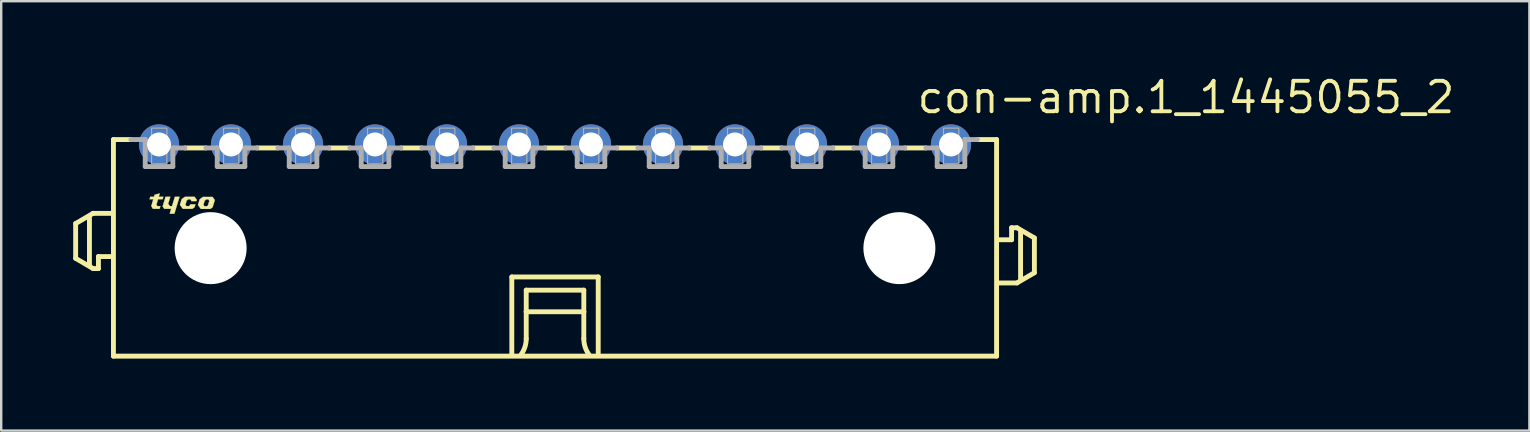
<source format=kicad_pcb>
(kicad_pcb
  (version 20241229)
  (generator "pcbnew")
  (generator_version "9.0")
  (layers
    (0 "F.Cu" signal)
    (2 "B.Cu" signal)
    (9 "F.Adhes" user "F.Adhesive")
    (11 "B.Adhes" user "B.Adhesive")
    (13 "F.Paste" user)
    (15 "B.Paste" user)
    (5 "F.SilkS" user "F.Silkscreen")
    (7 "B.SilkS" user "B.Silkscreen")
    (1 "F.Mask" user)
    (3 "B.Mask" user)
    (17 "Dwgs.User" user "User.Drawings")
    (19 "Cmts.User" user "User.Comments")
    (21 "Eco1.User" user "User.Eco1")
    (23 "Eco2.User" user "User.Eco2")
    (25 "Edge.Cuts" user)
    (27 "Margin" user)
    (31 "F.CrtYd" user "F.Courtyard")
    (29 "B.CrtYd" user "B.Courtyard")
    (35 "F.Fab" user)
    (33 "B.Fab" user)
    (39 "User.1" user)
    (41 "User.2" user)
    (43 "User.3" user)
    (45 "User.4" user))
  (footprint "con-amp.1_1445055_2"
    (layer "F.Cu")
    (at 20.077 7.29)
    (property "Reference" "con-amp.1_1445055_2" (at 15 -5.54 0) (layer "F.SilkS") (effects (font (size 1.27 1.27) (thickness 0.16)) (justify left bottom)))
    (attr through_hole)
    (fp_line (start -19.975 -1.025) (end -19.975 0.425) (stroke (width 0.203) (type default)) (layer "F.SilkS"))
    (fp_line (start -19.975 0.425) (end -19.25 0.85) (stroke (width 0.203) (type default)) (layer "F.SilkS"))
    (fp_line (start -19.4 0.7) (end -19.4 -1.3) (stroke (width 0.203) (type default)) (layer "F.SilkS"))
    (fp_line (start -19.25 -1.45) (end -19.975 -1.025) (stroke (width 0.203) (type default)) (layer "F.SilkS"))
    (fp_line (start -19.25 0.85) (end -19.025 0.85) (stroke (width 0.203) (type default)) (layer "F.SilkS"))
    (fp_line (start -19.025 0.35) (end -18.5 0.35) (stroke (width 0.203) (type default)) (layer "F.SilkS"))
    (fp_line (start -19.025 0.85) (end -19.025 0.35) (stroke (width 0.203) (type default)) (layer "F.SilkS"))
    (fp_line (start -18.5 -1.45) (end -19.25 -1.45) (stroke (width 0.203) (type default)) (layer "F.SilkS"))
    (fp_line (start -18.4 -4.525) (end -18.4 4.5) (stroke (width 0.203) (type default)) (layer "F.SilkS"))
    (fp_line (start -18.4 -4.525) (end -17.675 -4.525) (stroke (width 0.203) (type default)) (layer "F.SilkS"))
    (fp_line (start -18.4 4.5) (end 18.4 4.5) (stroke (width 0.203) (type default)) (layer "F.SilkS"))
    (fp_line (start -14.55 -4.175) (end -15.425 -4.175) (stroke (width 0.203) (type default)) (layer "F.SilkS"))
    (fp_line (start -11.55 -4.175) (end -12.425 -4.175) (stroke (width 0.203) (type default)) (layer "F.SilkS"))
    (fp_line (start -8.55 -4.175) (end -9.425 -4.175) (stroke (width 0.203) (type default)) (layer "F.SilkS"))
    (fp_line (start -5.55 -4.175) (end -6.425 -4.175) (stroke (width 0.203) (type default)) (layer "F.SilkS"))
    (fp_line (start -2.55 -4.175) (end -3.425 -4.175) (stroke (width 0.203) (type default)) (layer "F.SilkS"))
    (fp_line (start -1.8 1.2) (end 1.8 1.2) (stroke (width 0.203) (type default)) (layer "F.SilkS"))
    (fp_line (start -1.8 4.4) (end -1.8 1.2) (stroke (width 0.203) (type default)) (layer "F.SilkS"))
    (fp_line (start -1.2 1.75) (end -1.2 2.65) (stroke (width 0.203) (type default)) (layer "F.SilkS"))
    (fp_line (start -1.2 2.65) (end -1.2 3.775) (stroke (width 0.203) (type default)) (layer "F.SilkS"))
    (fp_line (start -1.2 2.65) (end 1.2 2.65) (stroke (width 0.203) (type default)) (layer "F.SilkS"))
    (fp_line (start 0.45 -4.175) (end -0.425 -4.175) (stroke (width 0.203) (type default)) (layer "F.SilkS"))
    (fp_line (start 1.2 1.75) (end -1.2 1.75) (stroke (width 0.203) (type default)) (layer "F.SilkS"))
    (fp_line (start 1.2 2.65) (end 1.2 1.75) (stroke (width 0.203) (type default)) (layer "F.SilkS"))
    (fp_line (start 1.2 2.65) (end 1.2 3.775) (stroke (width 0.203) (type default)) (layer "F.SilkS"))
    (fp_line (start 1.8 1.2) (end 1.8 4.4) (stroke (width 0.203) (type default)) (layer "F.SilkS"))
    (fp_line (start 3.45 -4.175) (end 2.575 -4.175) (stroke (width 0.203) (type default)) (layer "F.SilkS"))
    (fp_line (start 6.45 -4.175) (end 5.575 -4.175) (stroke (width 0.203) (type default)) (layer "F.SilkS"))
    (fp_line (start 9.45 -4.175) (end 8.575 -4.175) (stroke (width 0.203) (type default)) (layer "F.SilkS"))
    (fp_line (start 12.45 -4.175) (end 11.575 -4.175) (stroke (width 0.203) (type default)) (layer "F.SilkS"))
    (fp_line (start 15.45 -4.175) (end 14.575 -4.175) (stroke (width 0.203) (type default)) (layer "F.SilkS"))
    (fp_line (start 18.4 -4.525) (end 17.6 -4.525) (stroke (width 0.203) (type default)) (layer "F.SilkS"))
    (fp_line (start 18.4 4.5) (end 18.4 -4.525) (stroke (width 0.203) (type default)) (layer "F.SilkS"))
    (fp_line (start 18.5 1.45) (end 19.25 1.45) (stroke (width 0.203) (type default)) (layer "F.SilkS"))
    (fp_line (start 19.025 -0.85) (end 19.025 -0.35) (stroke (width 0.203) (type default)) (layer "F.SilkS"))
    (fp_line (start 19.025 -0.35) (end 18.5 -0.35) (stroke (width 0.203) (type default)) (layer "F.SilkS"))
    (fp_line (start 19.25 -0.85) (end 19.025 -0.85) (stroke (width 0.203) (type default)) (layer "F.SilkS"))
    (fp_line (start 19.25 1.45) (end 19.975 1.025) (stroke (width 0.203) (type default)) (layer "F.SilkS"))
    (fp_line (start 19.4 1.3) (end 19.4 -0.7) (stroke (width 0.203) (type default)) (layer "F.SilkS"))
    (fp_line (start 19.975 -0.425) (end 19.25 -0.85) (stroke (width 0.203) (type default)) (layer "F.SilkS"))
    (fp_line (start 19.975 1.025) (end 19.975 -0.425) (stroke (width 0.203) (type default)) (layer "F.SilkS"))
    (fp_arc (start -1.2 3.775) (mid -1.257731 4.130756) (end -1.425 4.45) (stroke (width 0.2032) (type default)) (layer "F.SilkS"))
    (fp_arc (start 1.425 4.45) (mid 1.257731 4.130756) (end 1.2 3.775) (stroke (width 0.2032) (type default)) (layer "F.SilkS"))
    (fp_poly (pts (xy -16.23 -2.14) (xy -16.03 -2.14) (xy -16.12 -1.845) (xy -16.04 -1.75) (xy -15.96 -1.75) (xy -15.84 -2.14) (xy -15.645 -2.14) (xy -15.86 -1.435) (xy -16.055 -1.435) (xy -15.995 -1.64) (xy -16.285 -1.64) (xy -16.35 -1.74)) (stroke (width 0.01) (type default)) (fill yes) (layer "F.SilkS"))
    (fp_poly (pts (xy -16.865 -2.14) (xy -16.71 -2.14) (xy -16.688 -2.225) (xy -16.47 -2.28) (xy -16.51 -2.14) (xy -16.32 -2.14) (xy -16.35 -2.04) (xy -16.54 -2.04) (xy -16.61 -1.81) (xy -16.565 -1.75) (xy -16.445 -1.75) (xy -16.475 -1.64) (xy -16.755 -1.64) (xy -16.825 -1.75) (xy -16.74 -2.04) (xy -16.895 -2.04)) (stroke (width 0.01) (type default)) (fill yes) (layer "F.SilkS"))
    (fp_poly (pts (xy -15.16 -1.96) (xy -14.94 -1.96) (xy -14.925 -2.01) (xy -15.02 -2.14) (xy -15.42 -2.14) (xy -15.555 -2.045) (xy -15.63 -1.805) (xy -15.51 -1.64) (xy -15.11 -1.64) (xy -15.02 -1.705) (xy -14.985 -1.825) (xy -15.2 -1.825) (xy -15.215 -1.78) (xy -15.26 -1.75) (xy -15.355 -1.75) (xy -15.4 -1.81) (xy -15.35 -1.98) (xy -15.28 -2.035) (xy -15.195 -2.035) (xy -15.155 -1.975)) (stroke (width 0.01) (type default)) (fill yes) (layer "F.SilkS"))
    (fp_poly (pts (xy -14.45 -1.825) (xy -14.23 -1.825) (xy -14.175 -2.005) (xy -14.27 -2.135) (xy -14.67 -2.135) (xy -14.805 -2.04) (xy -14.88 -1.8) (xy -14.76 -1.635) (xy -14.36 -1.635) (xy -14.27 -1.7) (xy -14.23 -1.825) (xy -14.45 -1.82) (xy -14.465 -1.775) (xy -14.51 -1.745) (xy -14.605 -1.745) (xy -14.65 -1.805) (xy -14.6 -1.975) (xy -14.53 -2.03) (xy -14.445 -2.03) (xy -14.405 -1.97)) (stroke (width 0.01) (type default)) (fill yes) (layer "F.SilkS"))
    (fp_line (start -17.075 -4.525) (end -17.675 -4.525) (stroke (width 0.203) (type default)) (layer "F.Fab"))
    (fp_line (start -17.075 -3.4) (end -17.075 -4.525) (stroke (width 0.203) (type default)) (layer "F.Fab"))
    (fp_line (start -15.925 -4.175) (end -15.925 -3.4) (stroke (width 0.203) (type default)) (layer "F.Fab"))
    (fp_line (start -15.925 -3.4) (end -17.075 -3.4) (stroke (width 0.203) (type default)) (layer "F.Fab"))
    (fp_line (start -15.425 -4.175) (end -15.925 -4.175) (stroke (width 0.203) (type default)) (layer "F.Fab"))
    (fp_line (start -14.075 -4.175) (end -14.55 -4.175) (stroke (width 0.203) (type default)) (layer "F.Fab"))
    (fp_line (start -14.075 -3.4) (end -14.075 -4.175) (stroke (width 0.203) (type default)) (layer "F.Fab"))
    (fp_line (start -12.925 -4.175) (end -12.925 -3.4) (stroke (width 0.203) (type default)) (layer "F.Fab"))
    (fp_line (start -12.925 -3.4) (end -14.075 -3.4) (stroke (width 0.203) (type default)) (layer "F.Fab"))
    (fp_line (start -12.425 -4.175) (end -12.925 -4.175) (stroke (width 0.203) (type default)) (layer "F.Fab"))
    (fp_line (start -11.075 -4.175) (end -11.55 -4.175) (stroke (width 0.203) (type default)) (layer "F.Fab"))
    (fp_line (start -11.075 -3.4) (end -11.075 -4.175) (stroke (width 0.203) (type default)) (layer "F.Fab"))
    (fp_line (start -9.925 -4.175) (end -9.925 -3.4) (stroke (width 0.203) (type default)) (layer "F.Fab"))
    (fp_line (start -9.925 -3.4) (end -11.075 -3.4) (stroke (width 0.203) (type default)) (layer "F.Fab"))
    (fp_line (start -9.425 -4.175) (end -9.925 -4.175) (stroke (width 0.203) (type default)) (layer "F.Fab"))
    (fp_line (start -8.075 -4.175) (end -8.55 -4.175) (stroke (width 0.203) (type default)) (layer "F.Fab"))
    (fp_line (start -8.075 -3.4) (end -8.075 -4.175) (stroke (width 0.203) (type default)) (layer "F.Fab"))
    (fp_line (start -6.925 -4.175) (end -6.925 -3.4) (stroke (width 0.203) (type default)) (layer "F.Fab"))
    (fp_line (start -6.925 -3.4) (end -8.075 -3.4) (stroke (width 0.203) (type default)) (layer "F.Fab"))
    (fp_line (start -6.425 -4.175) (end -6.925 -4.175) (stroke (width 0.203) (type default)) (layer "F.Fab"))
    (fp_line (start -5.075 -4.175) (end -5.55 -4.175) (stroke (width 0.203) (type default)) (layer "F.Fab"))
    (fp_line (start -5.075 -3.4) (end -5.075 -4.175) (stroke (width 0.203) (type default)) (layer "F.Fab"))
    (fp_line (start -3.925 -4.175) (end -3.925 -3.4) (stroke (width 0.203) (type default)) (layer "F.Fab"))
    (fp_line (start -3.925 -3.4) (end -5.075 -3.4) (stroke (width 0.203) (type default)) (layer "F.Fab"))
    (fp_line (start -3.425 -4.175) (end -3.925 -4.175) (stroke (width 0.203) (type default)) (layer "F.Fab"))
    (fp_line (start -2.075 -4.175) (end -2.55 -4.175) (stroke (width 0.203) (type default)) (layer "F.Fab"))
    (fp_line (start -2.075 -3.4) (end -2.075 -4.175) (stroke (width 0.203) (type default)) (layer "F.Fab"))
    (fp_line (start -0.925 -4.175) (end -0.925 -3.4) (stroke (width 0.203) (type default)) (layer "F.Fab"))
    (fp_line (start -0.925 -3.4) (end -2.075 -3.4) (stroke (width 0.203) (type default)) (layer "F.Fab"))
    (fp_line (start -0.425 -4.175) (end -0.925 -4.175) (stroke (width 0.203) (type default)) (layer "F.Fab"))
    (fp_line (start 0.925 -4.175) (end 0.45 -4.175) (stroke (width 0.203) (type default)) (layer "F.Fab"))
    (fp_line (start 0.925 -3.4) (end 0.925 -4.175) (stroke (width 0.203) (type default)) (layer "F.Fab"))
    (fp_line (start 2.075 -4.175) (end 2.075 -3.4) (stroke (width 0.203) (type default)) (layer "F.Fab"))
    (fp_line (start 2.075 -3.4) (end 0.925 -3.4) (stroke (width 0.203) (type default)) (layer "F.Fab"))
    (fp_line (start 2.575 -4.175) (end 2.075 -4.175) (stroke (width 0.203) (type default)) (layer "F.Fab"))
    (fp_line (start 3.925 -4.175) (end 3.45 -4.175) (stroke (width 0.203) (type default)) (layer "F.Fab"))
    (fp_line (start 3.925 -3.4) (end 3.925 -4.175) (stroke (width 0.203) (type default)) (layer "F.Fab"))
    (fp_line (start 5.075 -4.175) (end 5.075 -3.4) (stroke (width 0.203) (type default)) (layer "F.Fab"))
    (fp_line (start 5.075 -3.4) (end 3.925 -3.4) (stroke (width 0.203) (type default)) (layer "F.Fab"))
    (fp_line (start 5.575 -4.175) (end 5.075 -4.175) (stroke (width 0.203) (type default)) (layer "F.Fab"))
    (fp_line (start 6.925 -4.175) (end 6.45 -4.175) (stroke (width 0.203) (type default)) (layer "F.Fab"))
    (fp_line (start 6.925 -3.4) (end 6.925 -4.175) (stroke (width 0.203) (type default)) (layer "F.Fab"))
    (fp_line (start 8.075 -4.175) (end 8.075 -3.4) (stroke (width 0.203) (type default)) (layer "F.Fab"))
    (fp_line (start 8.075 -3.4) (end 6.925 -3.4) (stroke (width 0.203) (type default)) (layer "F.Fab"))
    (fp_line (start 8.575 -4.175) (end 8.075 -4.175) (stroke (width 0.203) (type default)) (layer "F.Fab"))
    (fp_line (start 9.925 -4.175) (end 9.45 -4.175) (stroke (width 0.203) (type default)) (layer "F.Fab"))
    (fp_line (start 9.925 -3.4) (end 9.925 -4.175) (stroke (width 0.203) (type default)) (layer "F.Fab"))
    (fp_line (start 11.075 -4.175) (end 11.075 -3.4) (stroke (width 0.203) (type default)) (layer "F.Fab"))
    (fp_line (start 11.075 -3.4) (end 9.925 -3.4) (stroke (width 0.203) (type default)) (layer "F.Fab"))
    (fp_line (start 11.575 -4.175) (end 11.075 -4.175) (stroke (width 0.203) (type default)) (layer "F.Fab"))
    (fp_line (start 12.925 -4.175) (end 12.45 -4.175) (stroke (width 0.203) (type default)) (layer "F.Fab"))
    (fp_line (start 12.925 -3.4) (end 12.925 -4.175) (stroke (width 0.203) (type default)) (layer "F.Fab"))
    (fp_line (start 14.075 -4.175) (end 14.075 -3.4) (stroke (width 0.203) (type default)) (layer "F.Fab"))
    (fp_line (start 14.075 -3.4) (end 12.925 -3.4) (stroke (width 0.203) (type default)) (layer "F.Fab"))
    (fp_line (start 14.575 -4.175) (end 14.075 -4.175) (stroke (width 0.203) (type default)) (layer "F.Fab"))
    (fp_line (start 15.925 -4.175) (end 15.45 -4.175) (stroke (width 0.203) (type default)) (layer "F.Fab"))
    (fp_line (start 15.925 -3.4) (end 15.925 -4.175) (stroke (width 0.203) (type default)) (layer "F.Fab"))
    (fp_line (start 17.075 -4.525) (end 17.075 -3.4) (stroke (width 0.203) (type default)) (layer "F.Fab"))
    (fp_line (start 17.075 -3.4) (end 15.925 -3.4) (stroke (width 0.203) (type default)) (layer "F.Fab"))
    (fp_line (start 17.6 -4.525) (end 17.075 -4.525) (stroke (width 0.203) (type default)) (layer "F.Fab"))
    (fp_rect (start -16.812 -3.513) (end -16.175 -5) (stroke (width 0.05) (type default)) (fill no) (layer "F.Fab"))
    (fp_rect (start -13.812 -3.513) (end -13.175 -5) (stroke (width 0.05) (type default)) (fill no) (layer "F.Fab"))
    (fp_rect (start -10.812 -3.513) (end -10.175 -5) (stroke (width 0.05) (type default)) (fill no) (layer "F.Fab"))
    (fp_rect (start -7.812 -3.513) (end -7.175 -5) (stroke (width 0.05) (type default)) (fill no) (layer "F.Fab"))
    (fp_rect (start -4.812 -3.513) (end -4.175 -5) (stroke (width 0.05) (type default)) (fill no) (layer "F.Fab"))
    (fp_rect (start -1.812 -3.513) (end -1.175 -5) (stroke (width 0.05) (type default)) (fill no) (layer "F.Fab"))
    (fp_rect (start 1.188 -3.513) (end 1.825 -5) (stroke (width 0.05) (type default)) (fill no) (layer "F.Fab"))
    (fp_rect (start 4.188 -3.513) (end 4.825 -5) (stroke (width 0.05) (type default)) (fill no) (layer "F.Fab"))
    (fp_rect (start 7.188 -3.513) (end 7.825 -5) (stroke (width 0.05) (type default)) (fill no) (layer "F.Fab"))
    (fp_rect (start 10.188 -3.513) (end 10.825 -5) (stroke (width 0.05) (type default)) (fill no) (layer "F.Fab"))
    (fp_rect (start 13.188 -3.513) (end 13.825 -5) (stroke (width 0.05) (type default)) (fill no) (layer "F.Fab"))
    (fp_rect (start 16.188 -3.513) (end 16.825 -5) (stroke (width 0.05) (type default)) (fill no) (layer "F.Fab"))
    (pad "" np_thru_hole circle (at -14.35 0) (size 3 3) (drill 3) (layers "*.Cu" "*.Mask"))
    (pad "" np_thru_hole circle (at 14.35 0) (size 3 3) (drill 3) (layers "*.Cu" "*.Mask"))
    (pad "1" thru_hole circle (at 16.5 -4.32) (size 1.676 1.676) (drill 1) (layers "*.Cu" "*.Mask"))
    (pad "2" thru_hole circle (at 13.5 -4.32) (size 1.676 1.676) (drill 1) (layers "*.Cu" "*.Mask"))
    (pad "3" thru_hole circle (at 10.5 -4.32) (size 1.676 1.676) (drill 1) (layers "*.Cu" "*.Mask"))
    (pad "4" thru_hole circle (at 7.5 -4.32) (size 1.676 1.676) (drill 1) (layers "*.Cu" "*.Mask"))
    (pad "5" thru_hole circle (at 4.5 -4.32) (size 1.676 1.676) (drill 1) (layers "*.Cu" "*.Mask"))
    (pad "6" thru_hole circle (at 1.5 -4.32) (size 1.676 1.676) (drill 1) (layers "*.Cu" "*.Mask"))
    (pad "7" thru_hole circle (at -1.5 -4.32) (size 1.676 1.676) (drill 1) (layers "*.Cu" "*.Mask"))
    (pad "8" thru_hole circle (at -4.5 -4.32) (size 1.676 1.676) (drill 1) (layers "*.Cu" "*.Mask"))
    (pad "9" thru_hole circle (at -7.5 -4.32) (size 1.676 1.676) (drill 1) (layers "*.Cu" "*.Mask"))
    (pad "10" thru_hole circle (at -10.5 -4.32) (size 1.676 1.676) (drill 1) (layers "*.Cu" "*.Mask"))
    (pad "11" thru_hole circle (at -13.5 -4.32) (size 1.676 1.676) (drill 1) (layers "*.Cu" "*.Mask"))
    (pad "12" thru_hole circle (at -16.5 -4.32) (size 1.676 1.676) (drill 1) (layers "*.Cu" "*.Mask")))
  (gr_rect
    (start -3 -3)
    (end 60.679 14.892)
    (stroke (width 0.1) (type default))
    (fill no)
    (layer "Edge.Cuts")))
</source>
